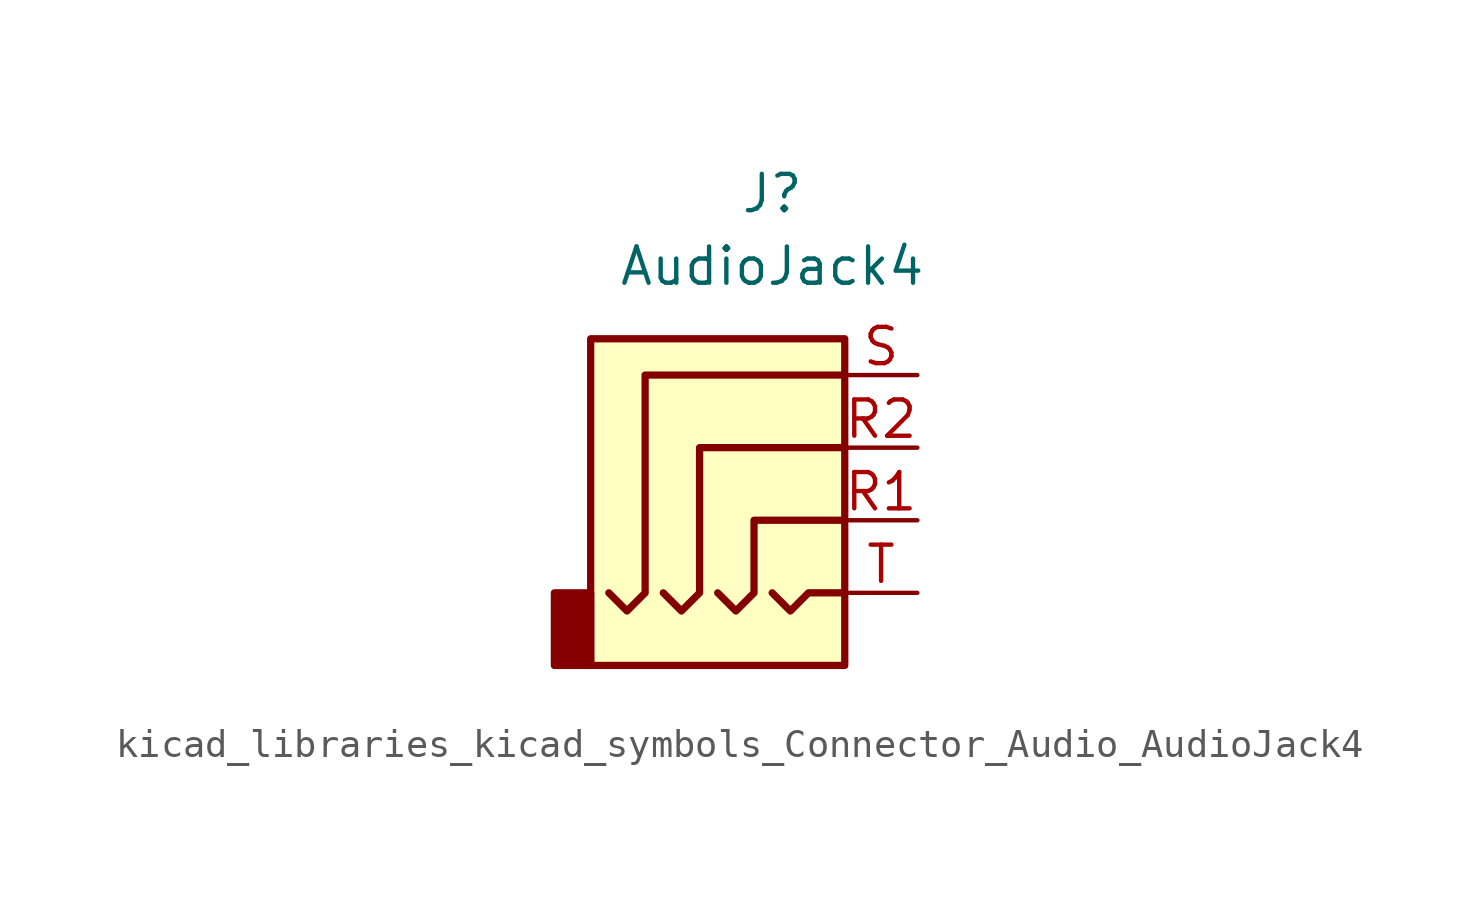
<source format=kicad_sym>
(kicad_symbol_lib
  (version 20220914)
  (generator kicad_symbol_editor)
  (symbol "kicad_libraries_kicad_symbols_Connector_Audio_AudioJack4"
    (property "Reference" "J"
      (at 0 8.89 0)
      (effects (font (size 1.27 1.27))))
    (property "Value" "AudioJack4"
      (at 0 6.35 0)
      (effects (font (size 1.27 1.27))))
    (symbol "kicad_libraries_kicad_symbols_Connector_Audio_AudioJack4_0_1"
      (rectangle (start -6.35 -5.08) (end -7.62 -7.62) (stroke (width 0.254) (type default)) (fill (type outline)))
      (polyline (pts (xy 0 -5.08) (xy 0.635 -5.715) (xy 1.27 -5.08) (xy 2.54 -5.08)) (stroke (width 0.254) (type default)) (fill (type none)))
      (polyline (pts (xy -5.715 -5.08) (xy -5.08 -5.715) (xy -4.445 -5.08) (xy -4.445 2.54) (xy 2.54 2.54)) (stroke (width 0.254) (type default)) (fill (type none)))
      (polyline (pts (xy -1.905 -5.08) (xy -1.27 -5.715) (xy -0.635 -5.08) (xy -0.635 -2.54) (xy 2.54 -2.54)) (stroke (width 0.254) (type default)) (fill (type none)))
      (polyline (pts (xy 2.54 0) (xy -2.54 0) (xy -2.54 -5.08) (xy -3.175 -5.715) (xy -3.81 -5.08)) (stroke (width 0.254) (type default)) (fill (type none)))
      (rectangle (start 2.54 3.81) (end -6.35 -7.62) (stroke (width 0.254) (type default)) (fill (type background))))
    (symbol "kicad_libraries_kicad_symbols_Connector_Audio_AudioJack4_1_1"
      (pin passive line (at 5.08 -2.54 180) (length 2.54) (name "~" (effects (font (size 1.27 1.27)))) (number "R1" (effects (font (size 1.27 1.27)))))
      (pin passive line (at 5.08 0 180) (length 2.54) (name "~" (effects (font (size 1.27 1.27)))) (number "R2" (effects (font (size 1.27 1.27)))))
      (pin passive line (at 5.08 2.54 180) (length 2.54) (name "~" (effects (font (size 1.27 1.27)))) (number "S" (effects (font (size 1.27 1.27)))))
      (pin passive line (at 5.08 -5.08 180) (length 2.54) (name "~" (effects (font (size 1.27 1.27)))) (number "T" (effects (font (size 1.27 1.27))))))))
</source>
